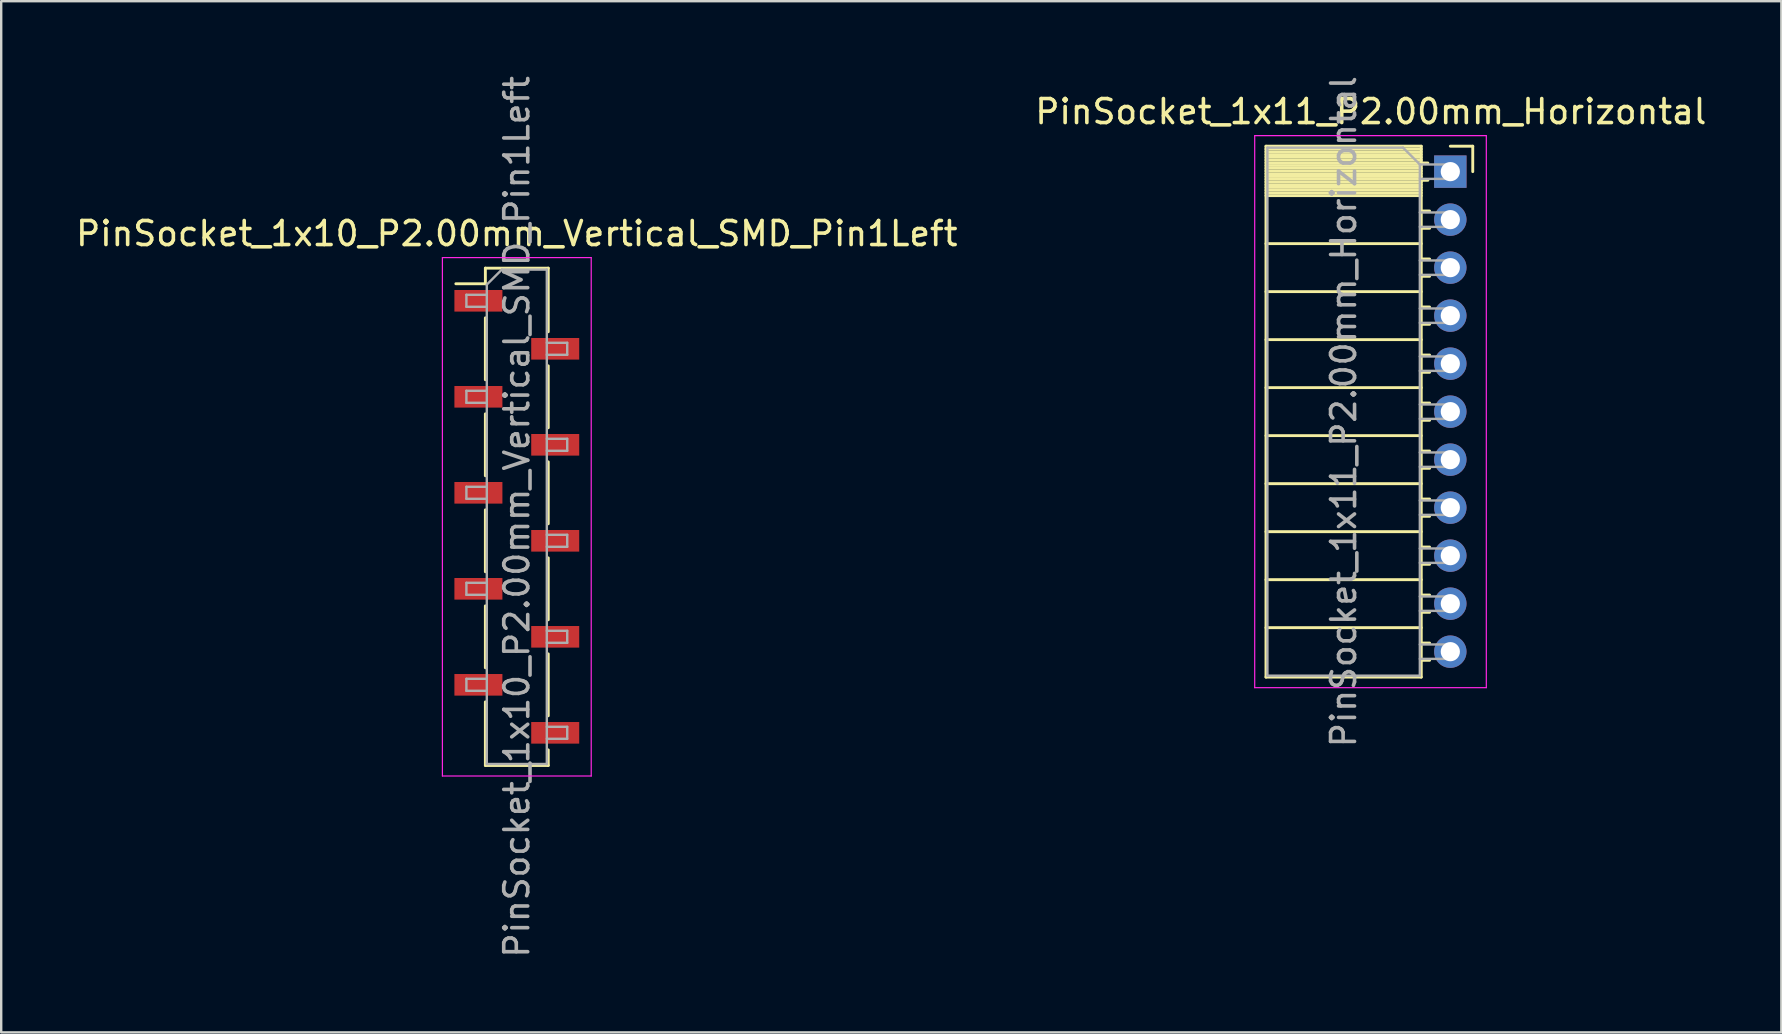
<source format=kicad_pcb>
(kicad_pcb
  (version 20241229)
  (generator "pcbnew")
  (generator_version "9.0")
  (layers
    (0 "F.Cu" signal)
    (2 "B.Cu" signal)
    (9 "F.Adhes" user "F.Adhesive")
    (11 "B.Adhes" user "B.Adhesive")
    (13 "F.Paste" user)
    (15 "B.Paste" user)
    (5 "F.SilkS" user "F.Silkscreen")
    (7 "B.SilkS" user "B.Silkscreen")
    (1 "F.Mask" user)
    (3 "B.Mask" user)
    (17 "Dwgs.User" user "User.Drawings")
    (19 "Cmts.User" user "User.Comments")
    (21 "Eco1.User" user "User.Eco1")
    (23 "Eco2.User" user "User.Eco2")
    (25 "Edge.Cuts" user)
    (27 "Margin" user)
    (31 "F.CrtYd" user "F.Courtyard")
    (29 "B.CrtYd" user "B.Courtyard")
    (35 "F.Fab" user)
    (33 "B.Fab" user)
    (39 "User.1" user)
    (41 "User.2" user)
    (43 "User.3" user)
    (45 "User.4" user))
  (footprint "PinSocket_1x11_P2.00mm_Horizontal"
    (layer "F.Cu")
    (at 57.375 4.101)
    (property "Reference" "PinSocket_1x11_P2.00mm_Horizontal" (at -3.31 -2.5 0) (layer "F.SilkS") (effects (font (size 1 1) (thickness 0.15))))
    (attr through_hole)
    (fp_line (start -7.68 -1.06) (end -7.68 21.06) (stroke (width 0.12) (type solid)) (layer "F.SilkS"))
    (fp_line (start -7.68 -1.06) (end -1.21 -1.06) (stroke (width 0.12) (type solid)) (layer "F.SilkS"))
    (fp_line (start -7.68 -0.94) (end -1.21 -0.94) (stroke (width 0.12) (type solid)) (layer "F.SilkS"))
    (fp_line (start -7.68 -0.826) (end -1.21 -0.826) (stroke (width 0.12) (type solid)) (layer "F.SilkS"))
    (fp_line (start -7.68 -0.712) (end -1.21 -0.712) (stroke (width 0.12) (type solid)) (layer "F.SilkS"))
    (fp_line (start -7.68 -0.598) (end -1.21 -0.598) (stroke (width 0.12) (type solid)) (layer "F.SilkS"))
    (fp_line (start -7.68 -0.484) (end -1.21 -0.484) (stroke (width 0.12) (type solid)) (layer "F.SilkS"))
    (fp_line (start -7.68 -0.369) (end -1.21 -0.369) (stroke (width 0.12) (type solid)) (layer "F.SilkS"))
    (fp_line (start -7.68 -0.255) (end -1.21 -0.255) (stroke (width 0.12) (type solid)) (layer "F.SilkS"))
    (fp_line (start -7.68 -0.141) (end -1.21 -0.141) (stroke (width 0.12) (type solid)) (layer "F.SilkS"))
    (fp_line (start -7.68 -0.027) (end -1.21 -0.027) (stroke (width 0.12) (type solid)) (layer "F.SilkS"))
    (fp_line (start -7.68 0.087) (end -1.21 0.087) (stroke (width 0.12) (type solid)) (layer "F.SilkS"))
    (fp_line (start -7.68 0.201) (end -1.21 0.201) (stroke (width 0.12) (type solid)) (layer "F.SilkS"))
    (fp_line (start -7.68 0.315) (end -1.21 0.315) (stroke (width 0.12) (type solid)) (layer "F.SilkS"))
    (fp_line (start -7.68 0.429) (end -1.21 0.429) (stroke (width 0.12) (type solid)) (layer "F.SilkS"))
    (fp_line (start -7.68 0.544) (end -1.21 0.544) (stroke (width 0.12) (type solid)) (layer "F.SilkS"))
    (fp_line (start -7.68 0.658) (end -1.21 0.658) (stroke (width 0.12) (type solid)) (layer "F.SilkS"))
    (fp_line (start -7.68 0.772) (end -1.21 0.772) (stroke (width 0.12) (type solid)) (layer "F.SilkS"))
    (fp_line (start -7.68 0.886) (end -1.21 0.886) (stroke (width 0.12) (type solid)) (layer "F.SilkS"))
    (fp_line (start -7.68 1) (end -1.21 1) (stroke (width 0.12) (type solid)) (layer "F.SilkS"))
    (fp_line (start -7.68 3) (end -1.21 3) (stroke (width 0.12) (type solid)) (layer "F.SilkS"))
    (fp_line (start -7.68 5) (end -1.21 5) (stroke (width 0.12) (type solid)) (layer "F.SilkS"))
    (fp_line (start -7.68 7) (end -1.21 7) (stroke (width 0.12) (type solid)) (layer "F.SilkS"))
    (fp_line (start -7.68 9) (end -1.21 9) (stroke (width 0.12) (type solid)) (layer "F.SilkS"))
    (fp_line (start -7.68 11) (end -1.21 11) (stroke (width 0.12) (type solid)) (layer "F.SilkS"))
    (fp_line (start -7.68 13) (end -1.21 13) (stroke (width 0.12) (type solid)) (layer "F.SilkS"))
    (fp_line (start -7.68 15) (end -1.21 15) (stroke (width 0.12) (type solid)) (layer "F.SilkS"))
    (fp_line (start -7.68 17) (end -1.21 17) (stroke (width 0.12) (type solid)) (layer "F.SilkS"))
    (fp_line (start -7.68 19) (end -1.21 19) (stroke (width 0.12) (type solid)) (layer "F.SilkS"))
    (fp_line (start -7.68 21.06) (end -1.21 21.06) (stroke (width 0.12) (type solid)) (layer "F.SilkS"))
    (fp_line (start -1.21 -1.06) (end -1.21 21.06) (stroke (width 0.12) (type solid)) (layer "F.SilkS"))
    (fp_line (start -1.21 -0.36) (end -0.935 -0.36) (stroke (width 0.12) (type solid)) (layer "F.SilkS"))
    (fp_line (start -1.21 0.36) (end -0.935 0.36) (stroke (width 0.12) (type solid)) (layer "F.SilkS"))
    (fp_line (start -1.21 1.64) (end -0.863 1.64) (stroke (width 0.12) (type solid)) (layer "F.SilkS"))
    (fp_line (start -1.21 2.36) (end -0.863 2.36) (stroke (width 0.12) (type solid)) (layer "F.SilkS"))
    (fp_line (start -1.21 3.64) (end -0.863 3.64) (stroke (width 0.12) (type solid)) (layer "F.SilkS"))
    (fp_line (start -1.21 4.36) (end -0.863 4.36) (stroke (width 0.12) (type solid)) (layer "F.SilkS"))
    (fp_line (start -1.21 5.64) (end -0.863 5.64) (stroke (width 0.12) (type solid)) (layer "F.SilkS"))
    (fp_line (start -1.21 6.36) (end -0.863 6.36) (stroke (width 0.12) (type solid)) (layer "F.SilkS"))
    (fp_line (start -1.21 7.64) (end -0.863 7.64) (stroke (width 0.12) (type solid)) (layer "F.SilkS"))
    (fp_line (start -1.21 8.36) (end -0.863 8.36) (stroke (width 0.12) (type solid)) (layer "F.SilkS"))
    (fp_line (start -1.21 9.64) (end -0.863 9.64) (stroke (width 0.12) (type solid)) (layer "F.SilkS"))
    (fp_line (start -1.21 10.36) (end -0.863 10.36) (stroke (width 0.12) (type solid)) (layer "F.SilkS"))
    (fp_line (start -1.21 11.64) (end -0.863 11.64) (stroke (width 0.12) (type solid)) (layer "F.SilkS"))
    (fp_line (start -1.21 12.36) (end -0.863 12.36) (stroke (width 0.12) (type solid)) (layer "F.SilkS"))
    (fp_line (start -1.21 13.64) (end -0.863 13.64) (stroke (width 0.12) (type solid)) (layer "F.SilkS"))
    (fp_line (start -1.21 14.36) (end -0.863 14.36) (stroke (width 0.12) (type solid)) (layer "F.SilkS"))
    (fp_line (start -1.21 15.64) (end -0.863 15.64) (stroke (width 0.12) (type solid)) (layer "F.SilkS"))
    (fp_line (start -1.21 16.36) (end -0.863 16.36) (stroke (width 0.12) (type solid)) (layer "F.SilkS"))
    (fp_line (start -1.21 17.64) (end -0.863 17.64) (stroke (width 0.12) (type solid)) (layer "F.SilkS"))
    (fp_line (start -1.21 18.36) (end -0.863 18.36) (stroke (width 0.12) (type solid)) (layer "F.SilkS"))
    (fp_line (start -1.21 19.64) (end -0.863 19.64) (stroke (width 0.12) (type solid)) (layer "F.SilkS"))
    (fp_line (start -1.21 20.36) (end -0.863 20.36) (stroke (width 0.12) (type solid)) (layer "F.SilkS"))
    (fp_line (start 0 -1.06) (end 0.935 -1.06) (stroke (width 0.12) (type solid)) (layer "F.SilkS"))
    (fp_line (start 0.935 -1.06) (end 0.935 0) (stroke (width 0.12) (type solid)) (layer "F.SilkS"))
    (fp_line (start -8.15 -1.5) (end -8.15 21.5) (stroke (width 0.05) (type solid)) (layer "F.CrtYd"))
    (fp_line (start -8.15 21.5) (end 1.5 21.5) (stroke (width 0.05) (type solid)) (layer "F.CrtYd"))
    (fp_line (start 1.5 -1.5) (end -8.15 -1.5) (stroke (width 0.05) (type solid)) (layer "F.CrtYd"))
    (fp_line (start 1.5 21.5) (end 1.5 -1.5) (stroke (width 0.05) (type solid)) (layer "F.CrtYd"))
    (fp_line (start -7.62 -1) (end -1.97 -1) (stroke (width 0.1) (type solid)) (layer "F.Fab"))
    (fp_line (start -7.62 21) (end -7.62 -1) (stroke (width 0.1) (type solid)) (layer "F.Fab"))
    (fp_line (start -1.97 -1) (end -1.27 -0.3) (stroke (width 0.1) (type solid)) (layer "F.Fab"))
    (fp_line (start -1.27 -0.3) (end -1.27 21) (stroke (width 0.1) (type solid)) (layer "F.Fab"))
    (fp_line (start -1.27 0.3) (end 0 0.3) (stroke (width 0.1) (type solid)) (layer "F.Fab"))
    (fp_line (start -1.27 2.3) (end 0 2.3) (stroke (width 0.1) (type solid)) (layer "F.Fab"))
    (fp_line (start -1.27 4.3) (end 0 4.3) (stroke (width 0.1) (type solid)) (layer "F.Fab"))
    (fp_line (start -1.27 6.3) (end 0 6.3) (stroke (width 0.1) (type solid)) (layer "F.Fab"))
    (fp_line (start -1.27 8.3) (end 0 8.3) (stroke (width 0.1) (type solid)) (layer "F.Fab"))
    (fp_line (start -1.27 10.3) (end 0 10.3) (stroke (width 0.1) (type solid)) (layer "F.Fab"))
    (fp_line (start -1.27 12.3) (end 0 12.3) (stroke (width 0.1) (type solid)) (layer "F.Fab"))
    (fp_line (start -1.27 14.3) (end 0 14.3) (stroke (width 0.1) (type solid)) (layer "F.Fab"))
    (fp_line (start -1.27 16.3) (end 0 16.3) (stroke (width 0.1) (type solid)) (layer "F.Fab"))
    (fp_line (start -1.27 18.3) (end 0 18.3) (stroke (width 0.1) (type solid)) (layer "F.Fab"))
    (fp_line (start -1.27 20.3) (end 0 20.3) (stroke (width 0.1) (type solid)) (layer "F.Fab"))
    (fp_line (start -1.27 21) (end -7.62 21) (stroke (width 0.1) (type solid)) (layer "F.Fab"))
    (fp_line (start 0 -0.3) (end -1.27 -0.3) (stroke (width 0.1) (type solid)) (layer "F.Fab"))
    (fp_line (start 0 0.3) (end 0 -0.3) (stroke (width 0.1) (type solid)) (layer "F.Fab"))
    (fp_line (start 0 1.7) (end -1.27 1.7) (stroke (width 0.1) (type solid)) (layer "F.Fab"))
    (fp_line (start 0 2.3) (end 0 1.7) (stroke (width 0.1) (type solid)) (layer "F.Fab"))
    (fp_line (start 0 3.7) (end -1.27 3.7) (stroke (width 0.1) (type solid)) (layer "F.Fab"))
    (fp_line (start 0 4.3) (end 0 3.7) (stroke (width 0.1) (type solid)) (layer "F.Fab"))
    (fp_line (start 0 5.7) (end -1.27 5.7) (stroke (width 0.1) (type solid)) (layer "F.Fab"))
    (fp_line (start 0 6.3) (end 0 5.7) (stroke (width 0.1) (type solid)) (layer "F.Fab"))
    (fp_line (start 0 7.7) (end -1.27 7.7) (stroke (width 0.1) (type solid)) (layer "F.Fab"))
    (fp_line (start 0 8.3) (end 0 7.7) (stroke (width 0.1) (type solid)) (layer "F.Fab"))
    (fp_line (start 0 9.7) (end -1.27 9.7) (stroke (width 0.1) (type solid)) (layer "F.Fab"))
    (fp_line (start 0 10.3) (end 0 9.7) (stroke (width 0.1) (type solid)) (layer "F.Fab"))
    (fp_line (start 0 11.7) (end -1.27 11.7) (stroke (width 0.1) (type solid)) (layer "F.Fab"))
    (fp_line (start 0 12.3) (end 0 11.7) (stroke (width 0.1) (type solid)) (layer "F.Fab"))
    (fp_line (start 0 13.7) (end -1.27 13.7) (stroke (width 0.1) (type solid)) (layer "F.Fab"))
    (fp_line (start 0 14.3) (end 0 13.7) (stroke (width 0.1) (type solid)) (layer "F.Fab"))
    (fp_line (start 0 15.7) (end -1.27 15.7) (stroke (width 0.1) (type solid)) (layer "F.Fab"))
    (fp_line (start 0 16.3) (end 0 15.7) (stroke (width 0.1) (type solid)) (layer "F.Fab"))
    (fp_line (start 0 17.7) (end -1.27 17.7) (stroke (width 0.1) (type solid)) (layer "F.Fab"))
    (fp_line (start 0 18.3) (end 0 17.7) (stroke (width 0.1) (type solid)) (layer "F.Fab"))
    (fp_line (start 0 19.7) (end -1.27 19.7) (stroke (width 0.1) (type solid)) (layer "F.Fab"))
    (fp_line (start 0 20.3) (end 0 19.7) (stroke (width 0.1) (type solid)) (layer "F.Fab"))
    (fp_text user "${REFERENCE}" (at -4.445 10 90) (layer "F.Fab") (effects (font (size 1 1) (thickness 0.15))))
    (pad "1" thru_hole rect (at 0 0) (size 1.35 1.35) (drill 0.8) (layers "*.Cu" "*.Mask"))
    (pad "2" thru_hole oval (at 0 2) (size 1.35 1.35) (drill 0.8) (layers "*.Cu" "*.Mask"))
    (pad "3" thru_hole oval (at 0 4) (size 1.35 1.35) (drill 0.8) (layers "*.Cu" "*.Mask"))
    (pad "4" thru_hole oval (at 0 6) (size 1.35 1.35) (drill 0.8) (layers "*.Cu" "*.Mask"))
    (pad "5" thru_hole oval (at 0 8) (size 1.35 1.35) (drill 0.8) (layers "*.Cu" "*.Mask"))
    (pad "6" thru_hole oval (at 0 10) (size 1.35 1.35) (drill 0.8) (layers "*.Cu" "*.Mask"))
    (pad "7" thru_hole oval (at 0 12) (size 1.35 1.35) (drill 0.8) (layers "*.Cu" "*.Mask"))
    (pad "8" thru_hole oval (at 0 14) (size 1.35 1.35) (drill 0.8) (layers "*.Cu" "*.Mask"))
    (pad "9" thru_hole oval (at 0 16) (size 1.35 1.35) (drill 0.8) (layers "*.Cu" "*.Mask"))
    (pad "10" thru_hole oval (at 0 18) (size 1.35 1.35) (drill 0.8) (layers "*.Cu" "*.Mask"))
    (pad "11" thru_hole oval (at 0 20) (size 1.35 1.35) (drill 0.8) (layers "*.Cu" "*.Mask")))
  (footprint "PinSocket_1x10_P2.00mm_Vertical_SMD_Pin1Left"
    (layer "F.Cu")
    (at 18.482 18.482)
    (property "Reference" "PinSocket_1x10_P2.00mm_Vertical_SMD_Pin1Left" (at 0 -11.8 0) (layer "F.SilkS") (effects (font (size 1 1) (thickness 0.15))))
    (attr smd)
    (fp_line (start -2.54 -9.71) (end -1.31 -9.71) (stroke (width 0.12) (type solid)) (layer "F.SilkS"))
    (fp_line (start -1.31 -10.36) (end -1.31 -9.71) (stroke (width 0.12) (type solid)) (layer "F.SilkS"))
    (fp_line (start -1.31 -10.36) (end 1.31 -10.36) (stroke (width 0.12) (type solid)) (layer "F.SilkS"))
    (fp_line (start -1.31 -8.29) (end -1.31 -5.71) (stroke (width 0.12) (type solid)) (layer "F.SilkS"))
    (fp_line (start -1.31 -4.29) (end -1.31 -1.71) (stroke (width 0.12) (type solid)) (layer "F.SilkS"))
    (fp_line (start -1.31 -0.29) (end -1.31 2.29) (stroke (width 0.12) (type solid)) (layer "F.SilkS"))
    (fp_line (start -1.31 3.71) (end -1.31 6.29) (stroke (width 0.12) (type solid)) (layer "F.SilkS"))
    (fp_line (start -1.31 7.71) (end -1.31 10.36) (stroke (width 0.12) (type solid)) (layer "F.SilkS"))
    (fp_line (start -1.31 10.36) (end 1.31 10.36) (stroke (width 0.12) (type solid)) (layer "F.SilkS"))
    (fp_line (start 1.31 -10.36) (end 1.31 -7.71) (stroke (width 0.12) (type solid)) (layer "F.SilkS"))
    (fp_line (start 1.31 -6.29) (end 1.31 -3.71) (stroke (width 0.12) (type solid)) (layer "F.SilkS"))
    (fp_line (start 1.31 -2.29) (end 1.31 0.29) (stroke (width 0.12) (type solid)) (layer "F.SilkS"))
    (fp_line (start 1.31 1.71) (end 1.31 4.29) (stroke (width 0.12) (type solid)) (layer "F.SilkS"))
    (fp_line (start 1.31 5.71) (end 1.31 8.29) (stroke (width 0.12) (type solid)) (layer "F.SilkS"))
    (fp_line (start 1.31 9.71) (end 1.31 10.36) (stroke (width 0.12) (type solid)) (layer "F.SilkS"))
    (fp_line (start -3.1 -10.8) (end 3.1 -10.8) (stroke (width 0.05) (type solid)) (layer "F.CrtYd"))
    (fp_line (start -3.1 10.8) (end -3.1 -10.8) (stroke (width 0.05) (type solid)) (layer "F.CrtYd"))
    (fp_line (start 3.1 -10.8) (end 3.1 10.8) (stroke (width 0.05) (type solid)) (layer "F.CrtYd"))
    (fp_line (start 3.1 10.8) (end -3.1 10.8) (stroke (width 0.05) (type solid)) (layer "F.CrtYd"))
    (fp_line (start -2.1 -9.25) (end -1.25 -9.25) (stroke (width 0.1) (type solid)) (layer "F.Fab"))
    (fp_line (start -2.1 -8.75) (end -2.1 -9.25) (stroke (width 0.1) (type solid)) (layer "F.Fab"))
    (fp_line (start -2.1 -5.25) (end -1.25 -5.25) (stroke (width 0.1) (type solid)) (layer "F.Fab"))
    (fp_line (start -2.1 -4.75) (end -2.1 -5.25) (stroke (width 0.1) (type solid)) (layer "F.Fab"))
    (fp_line (start -2.1 -1.25) (end -1.25 -1.25) (stroke (width 0.1) (type solid)) (layer "F.Fab"))
    (fp_line (start -2.1 -0.75) (end -2.1 -1.25) (stroke (width 0.1) (type solid)) (layer "F.Fab"))
    (fp_line (start -2.1 2.75) (end -1.25 2.75) (stroke (width 0.1) (type solid)) (layer "F.Fab"))
    (fp_line (start -2.1 3.25) (end -2.1 2.75) (stroke (width 0.1) (type solid)) (layer "F.Fab"))
    (fp_line (start -2.1 6.75) (end -1.25 6.75) (stroke (width 0.1) (type solid)) (layer "F.Fab"))
    (fp_line (start -2.1 7.25) (end -2.1 6.75) (stroke (width 0.1) (type solid)) (layer "F.Fab"))
    (fp_line (start -1.25 -9.675) (end -0.625 -10.3) (stroke (width 0.1) (type solid)) (layer "F.Fab"))
    (fp_line (start -1.25 -8.75) (end -2.1 -8.75) (stroke (width 0.1) (type solid)) (layer "F.Fab"))
    (fp_line (start -1.25 -4.75) (end -2.1 -4.75) (stroke (width 0.1) (type solid)) (layer "F.Fab"))
    (fp_line (start -1.25 -0.75) (end -2.1 -0.75) (stroke (width 0.1) (type solid)) (layer "F.Fab"))
    (fp_line (start -1.25 3.25) (end -2.1 3.25) (stroke (width 0.1) (type solid)) (layer "F.Fab"))
    (fp_line (start -1.25 7.25) (end -2.1 7.25) (stroke (width 0.1) (type solid)) (layer "F.Fab"))
    (fp_line (start -1.25 10.3) (end -1.25 -9.675) (stroke (width 0.1) (type solid)) (layer "F.Fab"))
    (fp_line (start -0.625 -10.3) (end 1.25 -10.3) (stroke (width 0.1) (type solid)) (layer "F.Fab"))
    (fp_line (start 1.25 -10.3) (end 1.25 10.3) (stroke (width 0.1) (type solid)) (layer "F.Fab"))
    (fp_line (start 1.25 -7.25) (end 2.1 -7.25) (stroke (width 0.1) (type solid)) (layer "F.Fab"))
    (fp_line (start 1.25 -3.25) (end 2.1 -3.25) (stroke (width 0.1) (type solid)) (layer "F.Fab"))
    (fp_line (start 1.25 0.75) (end 2.1 0.75) (stroke (width 0.1) (type solid)) (layer "F.Fab"))
    (fp_line (start 1.25 4.75) (end 2.1 4.75) (stroke (width 0.1) (type solid)) (layer "F.Fab"))
    (fp_line (start 1.25 8.75) (end 2.1 8.75) (stroke (width 0.1) (type solid)) (layer "F.Fab"))
    (fp_line (start 1.25 10.3) (end -1.25 10.3) (stroke (width 0.1) (type solid)) (layer "F.Fab"))
    (fp_line (start 2.1 -7.25) (end 2.1 -6.75) (stroke (width 0.1) (type solid)) (layer "F.Fab"))
    (fp_line (start 2.1 -6.75) (end 1.25 -6.75) (stroke (width 0.1) (type solid)) (layer "F.Fab"))
    (fp_line (start 2.1 -3.25) (end 2.1 -2.75) (stroke (width 0.1) (type solid)) (layer "F.Fab"))
    (fp_line (start 2.1 -2.75) (end 1.25 -2.75) (stroke (width 0.1) (type solid)) (layer "F.Fab"))
    (fp_line (start 2.1 0.75) (end 2.1 1.25) (stroke (width 0.1) (type solid)) (layer "F.Fab"))
    (fp_line (start 2.1 1.25) (end 1.25 1.25) (stroke (width 0.1) (type solid)) (layer "F.Fab"))
    (fp_line (start 2.1 4.75) (end 2.1 5.25) (stroke (width 0.1) (type solid)) (layer "F.Fab"))
    (fp_line (start 2.1 5.25) (end 1.25 5.25) (stroke (width 0.1) (type solid)) (layer "F.Fab"))
    (fp_line (start 2.1 8.75) (end 2.1 9.25) (stroke (width 0.1) (type solid)) (layer "F.Fab"))
    (fp_line (start 2.1 9.25) (end 1.25 9.25) (stroke (width 0.1) (type solid)) (layer "F.Fab"))
    (fp_text user "${REFERENCE}" (at 0 0 90) (layer "F.Fab") (effects (font (size 1 1) (thickness 0.15))))
    (pad "1" smd rect (at -1.6 -9) (size 2 0.9) (layers "F.Cu" "F.Mask" "F.Paste"))
    (pad "2" smd rect (at 1.6 -7) (size 2 0.9) (layers "F.Cu" "F.Mask" "F.Paste"))
    (pad "3" smd rect (at -1.6 -5) (size 2 0.9) (layers "F.Cu" "F.Mask" "F.Paste"))
    (pad "4" smd rect (at 1.6 -3) (size 2 0.9) (layers "F.Cu" "F.Mask" "F.Paste"))
    (pad "5" smd rect (at -1.6 -1) (size 2 0.9) (layers "F.Cu" "F.Mask" "F.Paste"))
    (pad "6" smd rect (at 1.6 1) (size 2 0.9) (layers "F.Cu" "F.Mask" "F.Paste"))
    (pad "7" smd rect (at -1.6 3) (size 2 0.9) (layers "F.Cu" "F.Mask" "F.Paste"))
    (pad "8" smd rect (at 1.6 5) (size 2 0.9) (layers "F.Cu" "F.Mask" "F.Paste"))
    (pad "9" smd rect (at -1.6 7) (size 2 0.9) (layers "F.Cu" "F.Mask" "F.Paste"))
    (pad "10" smd rect (at 1.6 9) (size 2 0.9) (layers "F.Cu" "F.Mask" "F.Paste")))
  (gr_rect
    (start -3 -3)
    (end 71.167 39.964)
    (stroke (width 0.1) (type default))
    (fill no)
    (layer "Edge.Cuts")))
</source>
